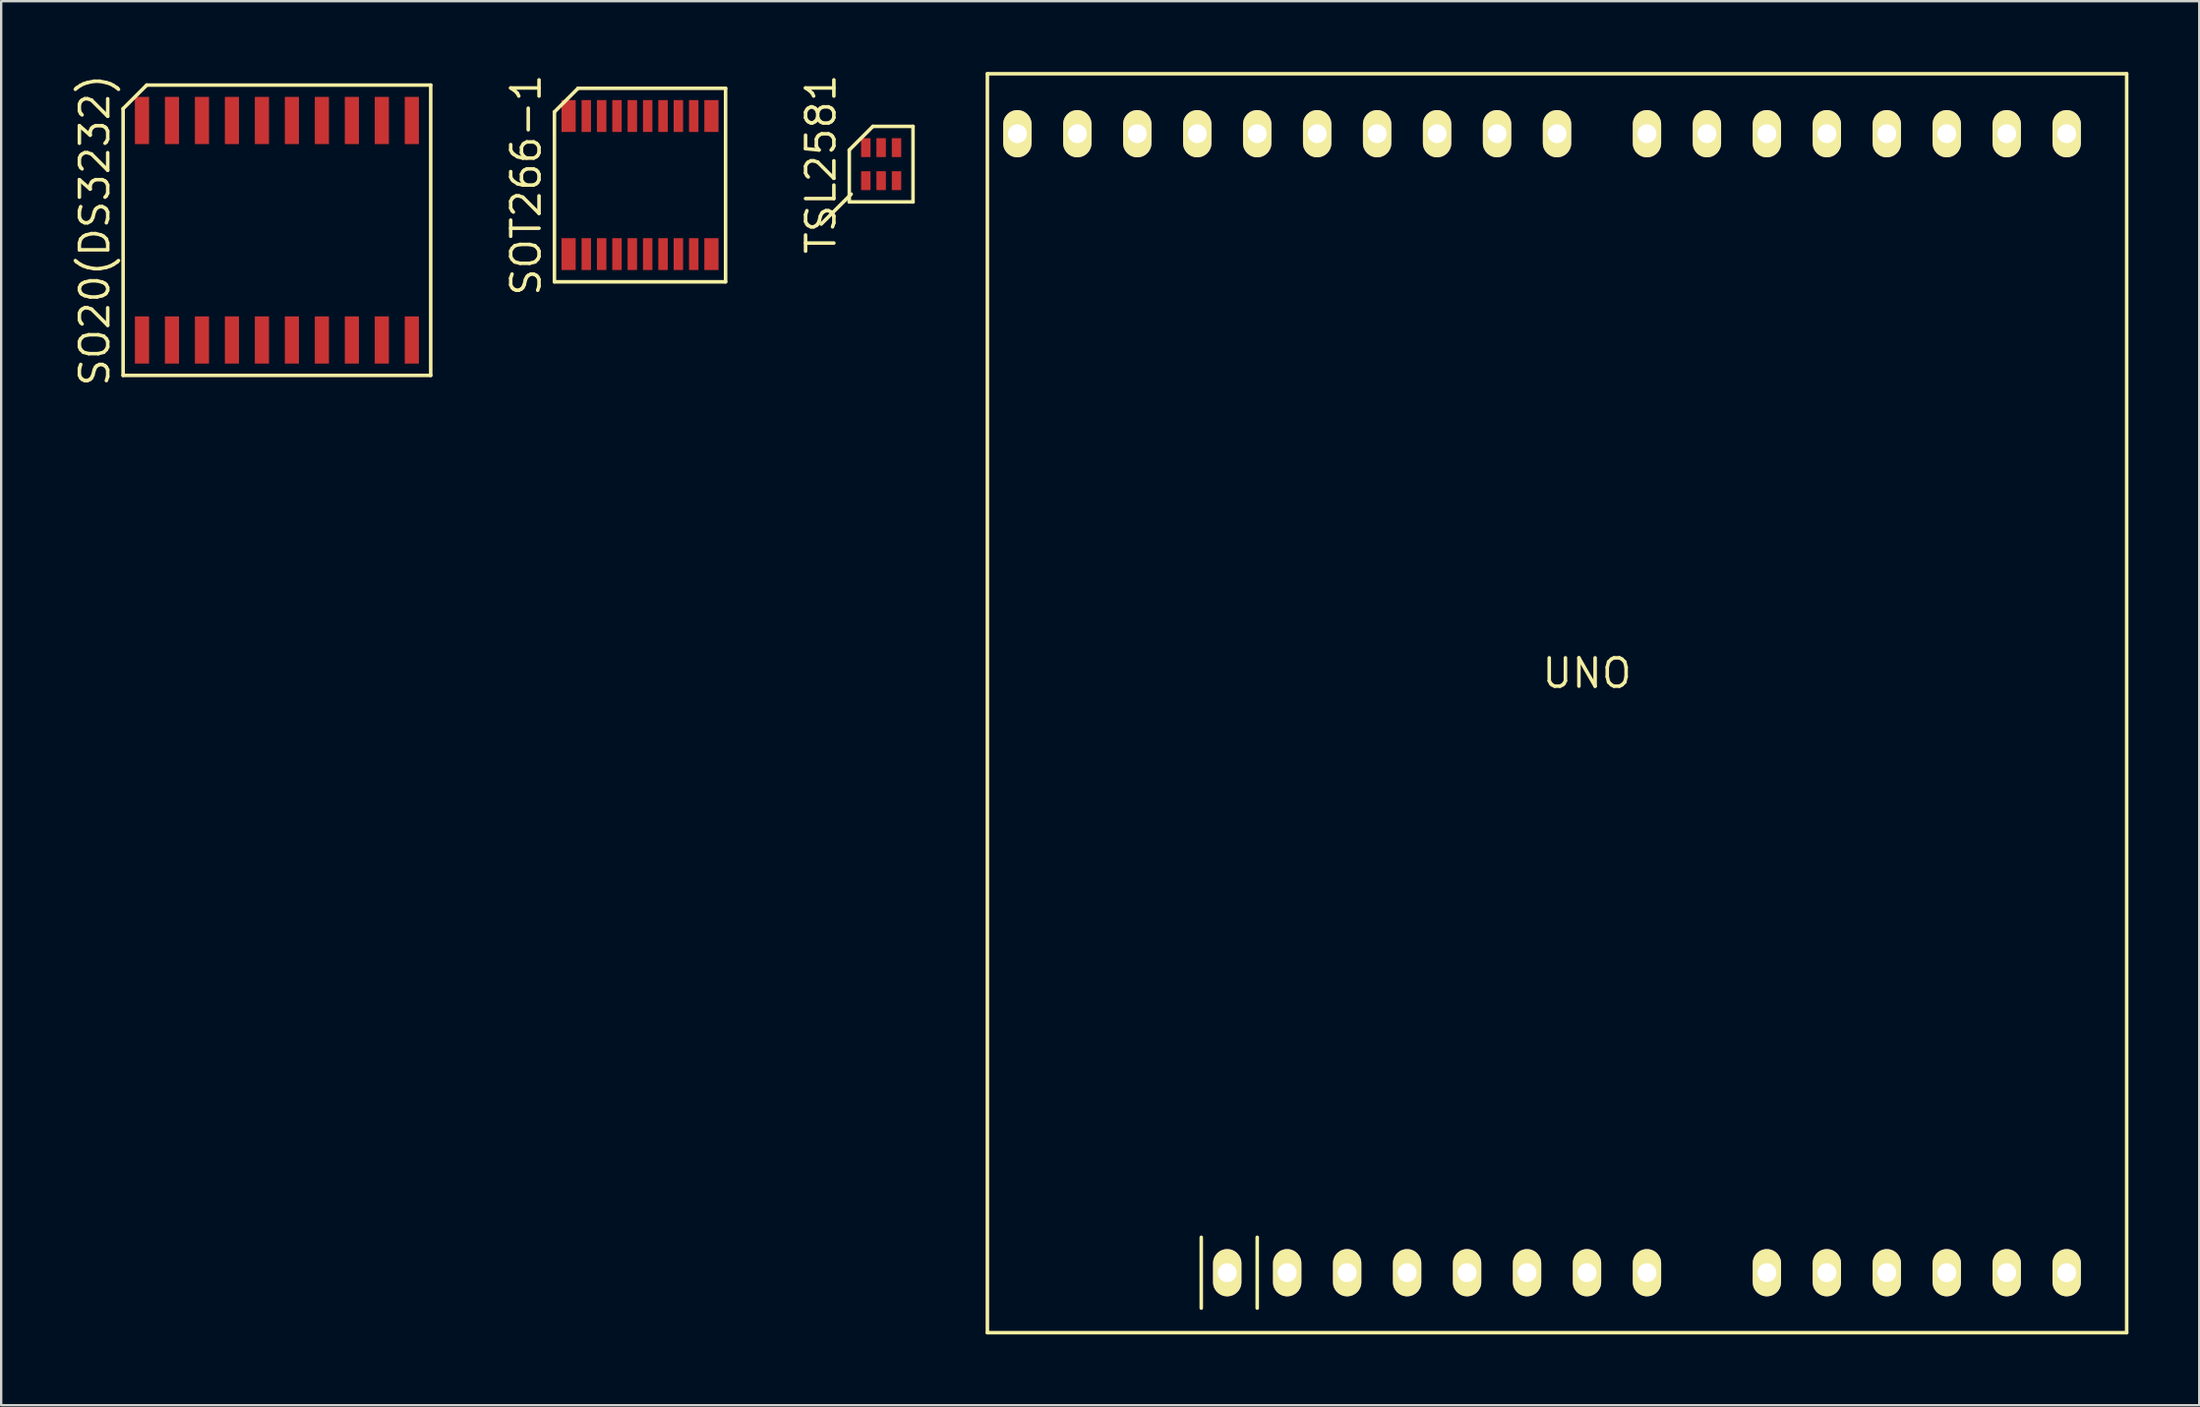
<source format=kicad_pcb>
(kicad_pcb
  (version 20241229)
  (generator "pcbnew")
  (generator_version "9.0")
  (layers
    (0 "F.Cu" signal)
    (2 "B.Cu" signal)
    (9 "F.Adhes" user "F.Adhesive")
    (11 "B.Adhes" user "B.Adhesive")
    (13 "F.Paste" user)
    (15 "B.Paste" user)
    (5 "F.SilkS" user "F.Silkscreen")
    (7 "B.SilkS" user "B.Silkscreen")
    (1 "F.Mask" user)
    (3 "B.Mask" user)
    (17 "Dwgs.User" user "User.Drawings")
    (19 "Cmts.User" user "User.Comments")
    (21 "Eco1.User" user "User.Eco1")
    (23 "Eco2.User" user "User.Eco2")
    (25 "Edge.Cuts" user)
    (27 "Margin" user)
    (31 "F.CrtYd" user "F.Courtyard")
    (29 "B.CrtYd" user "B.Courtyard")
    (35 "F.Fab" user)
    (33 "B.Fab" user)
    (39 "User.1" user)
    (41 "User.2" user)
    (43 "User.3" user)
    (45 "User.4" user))
  (footprint "UNO"
    (layer "F.Cu")
    (at 64.176 25.475)
    (property "Reference" "UNO" (at 0 0 0) (layer "F.SilkS") (effects (font (size 1.2 1.2) (thickness 0.15))))
    (attr through_hole)
    (fp_line (start -25.4 -25.4) (end -25.4 27.94) (stroke (width 0.15) (type solid)) (layer "F.SilkS"))
    (fp_line (start -25.4 27.94) (end 22.86 27.94) (stroke (width 0.15) (type solid)) (layer "F.SilkS"))
    (fp_line (start -16.34 26.9) (end -16.34 23.9) (stroke (width 0.15) (type solid)) (layer "F.SilkS"))
    (fp_line (start -13.97 23.9) (end -13.97 26.9) (stroke (width 0.15) (type solid)) (layer "F.SilkS"))
    (fp_line (start 22.86 -25.4) (end -25.4 -25.4) (stroke (width 0.15) (type solid)) (layer "F.SilkS"))
    (fp_line (start 22.86 27.94) (end 22.86 -25.4) (stroke (width 0.15) (type solid)) (layer "F.SilkS"))
    (pad "1" thru_hole oval (at -15.24 25.4) (size 1.2 2) (drill 0.8) (layers "*.Cu" "*.Mask" "F.SilkS"))
    (pad "2" thru_hole oval (at -12.7 25.4) (size 1.2 2) (drill 0.8) (layers "*.Cu" "*.Mask" "F.SilkS"))
    (pad "3" thru_hole oval (at -10.16 25.4) (size 1.2 2) (drill 0.8) (layers "*.Cu" "*.Mask" "F.SilkS"))
    (pad "4" thru_hole oval (at -7.62 25.4) (size 1.2 2) (drill 0.8) (layers "*.Cu" "*.Mask" "F.SilkS"))
    (pad "5" thru_hole oval (at -5.08 25.4) (size 1.2 2) (drill 0.8) (layers "*.Cu" "*.Mask" "F.SilkS"))
    (pad "6" thru_hole oval (at -2.54 25.4) (size 1.2 2) (drill 0.8) (layers "*.Cu" "*.Mask" "F.SilkS"))
    (pad "7" thru_hole oval (at 0 25.4) (size 1.2 2) (drill 0.8) (layers "*.Cu" "*.Mask" "F.SilkS"))
    (pad "8" thru_hole oval (at 2.54 25.4) (size 1.2 2) (drill 0.8) (layers "*.Cu" "*.Mask" "F.SilkS"))
    (pad "9" thru_hole oval (at 7.62 25.4) (size 1.2 2) (drill 0.8) (layers "*.Cu" "*.Mask" "F.SilkS"))
    (pad "10" thru_hole oval (at 10.16 25.4) (size 1.2 2) (drill 0.8) (layers "*.Cu" "*.Mask" "F.SilkS"))
    (pad "11" thru_hole oval (at 12.7 25.4) (size 1.2 2) (drill 0.8) (layers "*.Cu" "*.Mask" "F.SilkS"))
    (pad "12" thru_hole oval (at 15.24 25.4) (size 1.2 2) (drill 0.8) (layers "*.Cu" "*.Mask" "F.SilkS"))
    (pad "13" thru_hole oval (at 17.78 25.4) (size 1.2 2) (drill 0.8) (layers "*.Cu" "*.Mask" "F.SilkS"))
    (pad "14" thru_hole oval (at 20.32 25.4) (size 1.2 2) (drill 0.8) (layers "*.Cu" "*.Mask" "F.SilkS"))
    (pad "15" thru_hole oval (at -24.13 -22.86) (size 1.2 2) (drill 0.8) (layers "*.Cu" "*.Mask" "F.SilkS"))
    (pad "16" thru_hole oval (at -21.59 -22.86) (size 1.2 2) (drill 0.8) (layers "*.Cu" "*.Mask" "F.SilkS"))
    (pad "17" thru_hole oval (at -19.05 -22.86) (size 1.2 2) (drill 0.8) (layers "*.Cu" "*.Mask" "F.SilkS"))
    (pad "18" thru_hole oval (at -16.51 -22.86) (size 1.2 2) (drill 0.8) (layers "*.Cu" "*.Mask" "F.SilkS"))
    (pad "19" thru_hole oval (at -13.97 -22.86) (size 1.2 2) (drill 0.8) (layers "*.Cu" "*.Mask" "F.SilkS"))
    (pad "20" thru_hole oval (at -11.43 -22.86) (size 1.2 2) (drill 0.8) (layers "*.Cu" "*.Mask" "F.SilkS"))
    (pad "21" thru_hole oval (at -8.89 -22.86) (size 1.2 2) (drill 0.8) (layers "*.Cu" "*.Mask" "F.SilkS"))
    (pad "22" thru_hole oval (at -6.35 -22.86) (size 1.2 2) (drill 0.8) (layers "*.Cu" "*.Mask" "F.SilkS"))
    (pad "23" thru_hole oval (at -3.81 -22.86) (size 1.2 2) (drill 0.8) (layers "*.Cu" "*.Mask" "F.SilkS"))
    (pad "24" thru_hole oval (at -1.27 -22.86) (size 1.2 2) (drill 0.8) (layers "*.Cu" "*.Mask" "F.SilkS"))
    (pad "25" thru_hole oval (at 2.54 -22.86) (size 1.2 2) (drill 0.8) (layers "*.Cu" "*.Mask" "F.SilkS"))
    (pad "26" thru_hole oval (at 5.08 -22.86) (size 1.2 2) (drill 0.8) (layers "*.Cu" "*.Mask" "F.SilkS"))
    (pad "27" thru_hole oval (at 7.62 -22.86) (size 1.2 2) (drill 0.8) (layers "*.Cu" "*.Mask" "F.SilkS"))
    (pad "28" thru_hole oval (at 10.16 -22.86) (size 1.2 2) (drill 0.8) (layers "*.Cu" "*.Mask" "F.SilkS"))
    (pad "29" thru_hole oval (at 12.7 -22.86) (size 1.2 2) (drill 0.8) (layers "*.Cu" "*.Mask" "F.SilkS"))
    (pad "30" thru_hole oval (at 15.24 -22.86) (size 1.2 2) (drill 0.8) (layers "*.Cu" "*.Mask" "F.SilkS"))
    (pad "31" thru_hole oval (at 17.78 -22.86) (size 1.2 2) (drill 0.8) (layers "*.Cu" "*.Mask" "F.SilkS"))
    (pad "32" thru_hole oval (at 20.32 -22.86) (size 1.2 2) (drill 0.8) (layers "*.Cu" "*.Mask" "F.SilkS")))
  (footprint "SO20(DS3232)"
    (layer "F.Cu")
    (at 8.68 6.705)
    (property "Reference" "SO20(DS3232)" (at -7.715 0 90) (layer "F.SilkS") (effects (font (size 1.2 1.2) (thickness 0.15))))
    (attr through_hole)
    (fp_line (start -6.515 -5.15) (end -6.515 6.15) (stroke (width 0.15) (type solid)) (layer "F.SilkS"))
    (fp_line (start -6.515 6.15) (end 6.515 6.15) (stroke (width 0.15) (type solid)) (layer "F.SilkS"))
    (fp_line (start -5.515 -6.15) (end -6.515 -5.15) (stroke (width 0.15) (type solid)) (layer "F.SilkS"))
    (fp_line (start 6.515 -6.15) (end -5.515 -6.15) (stroke (width 0.15) (type solid)) (layer "F.SilkS"))
    (fp_line (start 6.515 6.15) (end 6.515 -6.15) (stroke (width 0.15) (type solid)) (layer "F.SilkS"))
    (pad "1" smd rect (at -5.715 4.65) (size 0.6 2) (layers "F.Cu" "F.Mask" "F.Paste"))
    (pad "2" smd rect (at -4.445 4.65) (size 0.6 2) (layers "F.Cu" "F.Mask" "F.Paste"))
    (pad "3" smd rect (at -3.175 4.65) (size 0.6 2) (layers "F.Cu" "F.Mask" "F.Paste"))
    (pad "4" smd rect (at -1.905 4.65) (size 0.6 2) (layers "F.Cu" "F.Mask" "F.Paste"))
    (pad "5" smd rect (at -0.635 4.65) (size 0.6 2) (layers "F.Cu" "F.Mask" "F.Paste"))
    (pad "6" smd rect (at 0.635 4.65) (size 0.6 2) (layers "F.Cu" "F.Mask" "F.Paste"))
    (pad "7" smd rect (at 1.905 4.65) (size 0.6 2) (layers "F.Cu" "F.Mask" "F.Paste"))
    (pad "8" smd rect (at 3.175 4.65) (size 0.6 2) (layers "F.Cu" "F.Mask" "F.Paste"))
    (pad "9" smd rect (at 4.445 4.65) (size 0.6 2) (layers "F.Cu" "F.Mask" "F.Paste"))
    (pad "10" smd rect (at 5.715 4.65) (size 0.6 2) (layers "F.Cu" "F.Mask" "F.Paste"))
    (pad "11" smd rect (at 5.715 -4.65) (size 0.6 2) (layers "F.Cu" "F.Mask" "F.Paste"))
    (pad "12" smd rect (at 4.445 -4.65) (size 0.6 2) (layers "F.Cu" "F.Mask" "F.Paste"))
    (pad "13" smd rect (at 3.175 -4.65) (size 0.6 2) (layers "F.Cu" "F.Mask" "F.Paste"))
    (pad "14" smd rect (at 1.905 -4.65) (size 0.6 2) (layers "F.Cu" "F.Mask" "F.Paste"))
    (pad "15" smd rect (at 0.635 -4.65) (size 0.6 2) (layers "F.Cu" "F.Mask" "F.Paste"))
    (pad "16" smd rect (at -0.635 -4.65) (size 0.6 2) (layers "F.Cu" "F.Mask" "F.Paste"))
    (pad "17" smd rect (at -1.905 -4.65) (size 0.6 2) (layers "F.Cu" "F.Mask" "F.Paste"))
    (pad "18" smd rect (at -3.175 -4.65) (size 0.6 2) (layers "F.Cu" "F.Mask" "F.Paste"))
    (pad "19" smd rect (at -4.445 -4.65) (size 0.6 2) (layers "F.Cu" "F.Mask" "F.Paste"))
    (pad "20" smd rect (at -5.715 -4.65) (size 0.6 2) (layers "F.Cu" "F.Mask" "F.Paste")))
  (footprint "SOT266-1"
    (layer "F.Cu")
    (at 24.061 4.791)
    (property "Reference" "SOT266-1" (at -4.825 0 90) (layer "F.SilkS") (effects (font (size 1.2 1.2) (thickness 0.15))))
    (attr through_hole)
    (fp_line (start -3.625 -3.1) (end -3.625 4.1) (stroke (width 0.15) (type solid)) (layer "F.SilkS"))
    (fp_line (start -3.625 4.1) (end 3.625 4.1) (stroke (width 0.15) (type solid)) (layer "F.SilkS"))
    (fp_line (start -2.625 -4.1) (end -3.625 -3.1) (stroke (width 0.15) (type solid)) (layer "F.SilkS"))
    (fp_line (start 3.625 -4.1) (end -2.625 -4.1) (stroke (width 0.15) (type solid)) (layer "F.SilkS"))
    (fp_line (start 3.625 4.1) (end 3.625 -4.1) (stroke (width 0.15) (type solid)) (layer "F.SilkS"))
    (pad "1" smd rect (at -3.025 2.925) (size 0.6 1.35) (layers "F.Cu" "F.Mask" "F.Paste"))
    (pad "2" smd rect (at -2.275 2.925) (size 0.4 1.35) (layers "F.Cu" "F.Mask" "F.Paste"))
    (pad "3" smd rect (at -1.625 2.925) (size 0.4 1.35) (layers "F.Cu" "F.Mask" "F.Paste"))
    (pad "4" smd rect (at -0.975 2.925) (size 0.4 1.35) (layers "F.Cu" "F.Mask" "F.Paste"))
    (pad "5" smd rect (at -0.325 2.925) (size 0.4 1.35) (layers "F.Cu" "F.Mask" "F.Paste"))
    (pad "6" smd rect (at 0.325 2.925) (size 0.4 1.35) (layers "F.Cu" "F.Mask" "F.Paste"))
    (pad "7" smd rect (at 0.975 2.925) (size 0.4 1.35) (layers "F.Cu" "F.Mask" "F.Paste"))
    (pad "8" smd rect (at 1.625 2.925) (size 0.4 1.35) (layers "F.Cu" "F.Mask" "F.Paste"))
    (pad "9" smd rect (at 2.275 2.925) (size 0.4 1.35) (layers "F.Cu" "F.Mask" "F.Paste"))
    (pad "10" smd rect (at 3.025 2.925) (size 0.6 1.35) (layers "F.Cu" "F.Mask" "F.Paste"))
    (pad "11" smd rect (at 3.025 -2.925) (size 0.6 1.35) (layers "F.Cu" "F.Mask" "F.Paste"))
    (pad "12" smd rect (at 2.275 -2.925) (size 0.4 1.35) (layers "F.Cu" "F.Mask" "F.Paste"))
    (pad "13" smd rect (at 1.625 -2.925) (size 0.4 1.35) (layers "F.Cu" "F.Mask" "F.Paste"))
    (pad "14" smd rect (at 0.975 -2.925) (size 0.4 1.35) (layers "F.Cu" "F.Mask" "F.Paste"))
    (pad "15" smd rect (at 0.325 -2.925) (size 0.4 1.35) (layers "F.Cu" "F.Mask" "F.Paste"))
    (pad "16" smd rect (at -0.325 -2.925) (size 0.4 1.35) (layers "F.Cu" "F.Mask" "F.Paste"))
    (pad "17" smd rect (at -0.975 -2.925) (size 0.4 1.35) (layers "F.Cu" "F.Mask" "F.Paste"))
    (pad "18" smd rect (at -1.625 -2.925) (size 0.4 1.35) (layers "F.Cu" "F.Mask" "F.Paste"))
    (pad "19" smd rect (at -2.275 -2.925) (size 0.4 1.35) (layers "F.Cu" "F.Mask" "F.Paste"))
    (pad "20" smd rect (at -3.025 -2.925) (size 0.6 1.35) (layers "F.Cu" "F.Mask" "F.Paste")))
  (footprint "TSL2581"
    (layer "F.Cu")
    (at 34.276 3.905)
    (property "Reference" "TSL2581" (at -2.55 0 90) (layer "F.SilkS") (effects (font (size 1.2 1.2) (thickness 0.15))))
    (attr through_hole)
    (fp_line (start -1.35 -0.6) (end -1.35 1.6) (stroke (width 0.15) (type solid)) (layer "F.SilkS"))
    (fp_line (start -1.35 1.6) (end 1.35 1.6) (stroke (width 0.15) (type solid)) (layer "F.SilkS"))
    (fp_line (start -1.27 1.27) (end -2.54 2.54) (stroke (width 0.15) (type solid)) (layer "F.SilkS"))
    (fp_line (start -0.35 -1.6) (end -1.35 -0.6) (stroke (width 0.15) (type solid)) (layer "F.SilkS"))
    (fp_line (start 1.35 -1.6) (end -0.35 -1.6) (stroke (width 0.15) (type solid)) (layer "F.SilkS"))
    (fp_line (start 1.35 1.6) (end 1.35 -1.6) (stroke (width 0.15) (type solid)) (layer "F.SilkS"))
    (pad "1" smd rect (at -0.65 0.7) (size 0.4 0.8) (layers "F.Cu" "F.Mask" "F.Paste"))
    (pad "2" smd rect (at 0 0.7) (size 0.4 0.8) (layers "F.Cu" "F.Mask" "F.Paste"))
    (pad "3" smd rect (at 0.65 0.7) (size 0.4 0.8) (layers "F.Cu" "F.Mask" "F.Paste"))
    (pad "4" smd rect (at 0.65 -0.7) (size 0.4 0.8) (layers "F.Cu" "F.Mask" "F.Paste"))
    (pad "5" smd rect (at 0 -0.7) (size 0.4 0.8) (layers "F.Cu" "F.Mask" "F.Paste"))
    (pad "6" smd rect (at -0.65 -0.7) (size 0.4 0.8) (layers "F.Cu" "F.Mask" "F.Paste")))
  (gr_rect
    (start -3 -3)
    (end 90.111 56.49)
    (stroke (width 0.1) (type default))
    (fill no)
    (layer "Edge.Cuts")))
</source>
